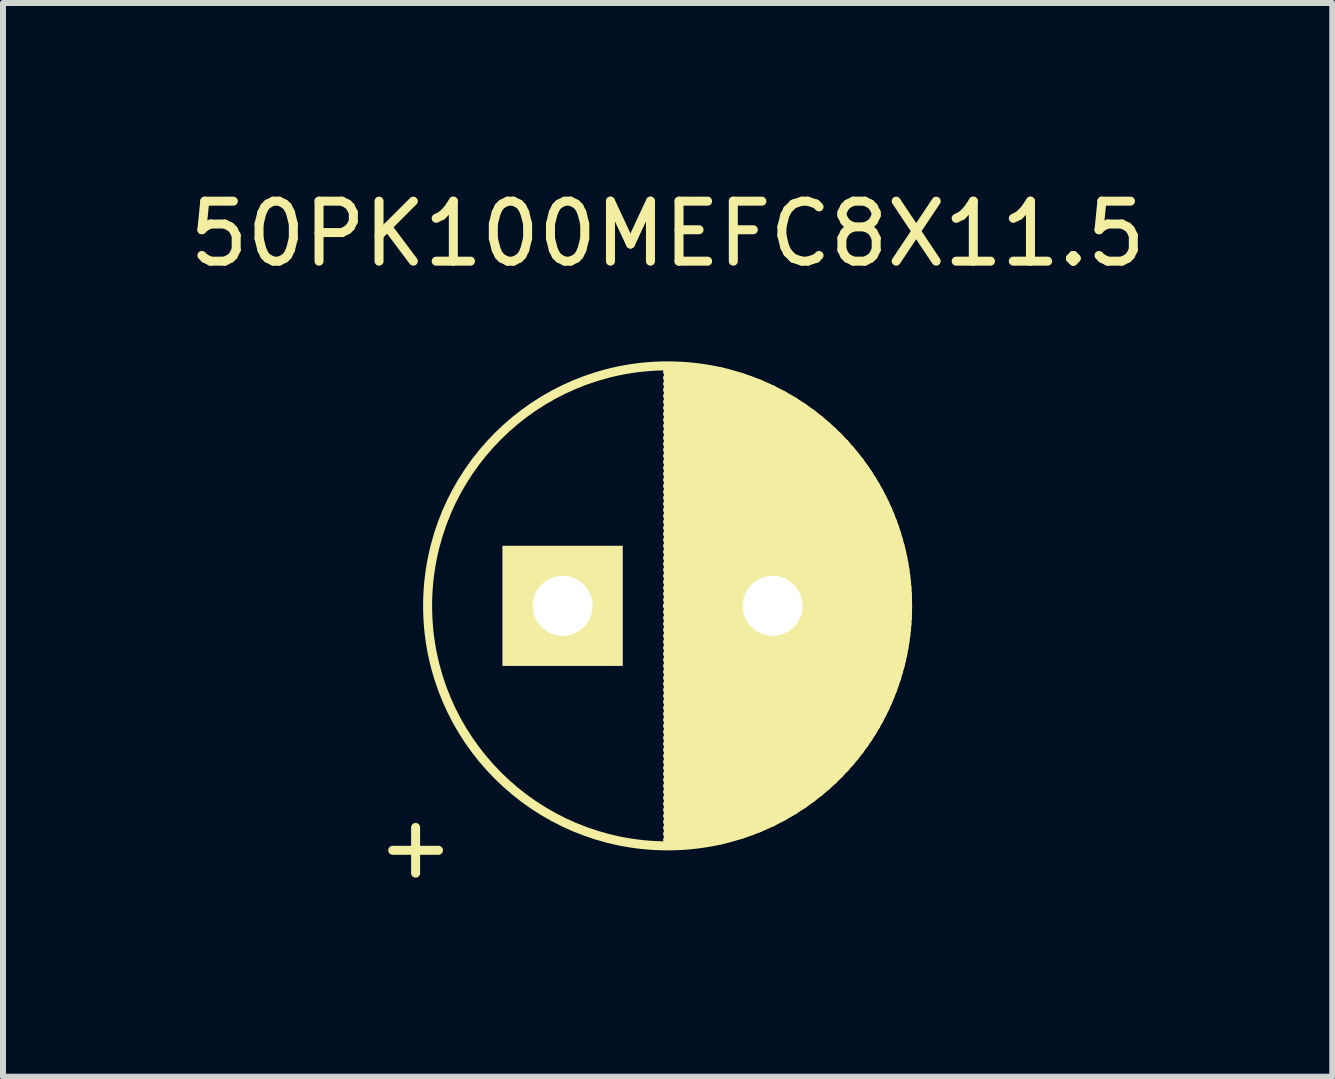
<source format=kicad_pcb>
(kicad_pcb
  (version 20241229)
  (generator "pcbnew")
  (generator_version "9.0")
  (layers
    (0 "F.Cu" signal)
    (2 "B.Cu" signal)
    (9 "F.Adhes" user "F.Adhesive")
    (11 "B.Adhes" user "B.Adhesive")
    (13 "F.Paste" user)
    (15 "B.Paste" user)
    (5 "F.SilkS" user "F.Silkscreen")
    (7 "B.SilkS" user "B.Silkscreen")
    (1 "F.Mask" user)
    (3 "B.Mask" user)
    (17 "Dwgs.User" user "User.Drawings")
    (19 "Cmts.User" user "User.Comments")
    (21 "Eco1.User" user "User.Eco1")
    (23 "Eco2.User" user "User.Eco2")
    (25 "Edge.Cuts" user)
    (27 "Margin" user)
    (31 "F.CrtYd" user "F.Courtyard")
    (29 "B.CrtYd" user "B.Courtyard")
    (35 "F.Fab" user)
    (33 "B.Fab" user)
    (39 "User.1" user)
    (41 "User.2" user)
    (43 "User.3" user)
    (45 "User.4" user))
  (footprint "50PK100MEFC8X11.5"
    (layer "F.Cu")
    (at 6.327 7.048)
    (property "Reference" "50PK100MEFC8X11.5" (at 1.75 -6.2 0) (layer "F.SilkS") (effects (font (size 1 1) (thickness 0.15))))
    (attr through_hole)
    (fp_line (start 1.75 -3.9) (end 2.639 -3.9) (stroke (width 0.15) (type solid)) (layer "F.SilkS"))
    (fp_line (start 1.75 -3.8) (end 2.999 -3.8) (stroke (width 0.15) (type solid)) (layer "F.SilkS"))
    (fp_line (start 1.75 -3.7) (end 3.27 -3.7) (stroke (width 0.15) (type solid)) (layer "F.SilkS"))
    (fp_line (start 1.75 -3.6) (end 3.494 -3.6) (stroke (width 0.15) (type solid)) (layer "F.SilkS"))
    (fp_line (start 1.75 -3.5) (end 3.686 -3.5) (stroke (width 0.15) (type solid)) (layer "F.SilkS"))
    (fp_line (start 1.75 -3.4) (end 3.857 -3.4) (stroke (width 0.15) (type solid)) (layer "F.SilkS"))
    (fp_line (start 1.75 -3.3) (end 4.011 -3.3) (stroke (width 0.15) (type solid)) (layer "F.SilkS"))
    (fp_line (start 1.75 -3.2) (end 4.15 -3.2) (stroke (width 0.15) (type solid)) (layer "F.SilkS"))
    (fp_line (start 1.75 -3.1) (end 4.278 -3.1) (stroke (width 0.15) (type solid)) (layer "F.SilkS"))
    (fp_line (start 1.75 -3) (end 4.396 -3) (stroke (width 0.15) (type solid)) (layer "F.SilkS"))
    (fp_line (start 1.75 -2.9) (end 4.505 -2.9) (stroke (width 0.15) (type solid)) (layer "F.SilkS"))
    (fp_line (start 1.75 -2.8) (end 4.607 -2.8) (stroke (width 0.15) (type solid)) (layer "F.SilkS"))
    (fp_line (start 1.75 -2.7) (end 4.701 -2.7) (stroke (width 0.15) (type solid)) (layer "F.SilkS"))
    (fp_line (start 1.75 -2.6) (end 4.79 -2.6) (stroke (width 0.15) (type solid)) (layer "F.SilkS"))
    (fp_line (start 1.75 -2.5) (end 4.872 -2.5) (stroke (width 0.15) (type solid)) (layer "F.SilkS"))
    (fp_line (start 1.75 -2.4) (end 4.95 -2.4) (stroke (width 0.15) (type solid)) (layer "F.SilkS"))
    (fp_line (start 1.75 -2.3) (end 5.023 -2.3) (stroke (width 0.15) (type solid)) (layer "F.SilkS"))
    (fp_line (start 1.75 -2.2) (end 5.091 -2.2) (stroke (width 0.15) (type solid)) (layer "F.SilkS"))
    (fp_line (start 1.75 -2.1) (end 5.154 -2.1) (stroke (width 0.15) (type solid)) (layer "F.SilkS"))
    (fp_line (start 1.75 -2) (end 5.214 -2) (stroke (width 0.15) (type solid)) (layer "F.SilkS"))
    (fp_line (start 1.75 -1.9) (end 5.27 -1.9) (stroke (width 0.15) (type solid)) (layer "F.SilkS"))
    (fp_line (start 1.75 -1.8) (end 5.322 -1.8) (stroke (width 0.15) (type solid)) (layer "F.SilkS"))
    (fp_line (start 1.75 -1.7) (end 5.371 -1.7) (stroke (width 0.15) (type solid)) (layer "F.SilkS"))
    (fp_line (start 1.75 -1.6) (end 5.416 -1.6) (stroke (width 0.15) (type solid)) (layer "F.SilkS"))
    (fp_line (start 1.75 -1.5) (end 5.458 -1.5) (stroke (width 0.15) (type solid)) (layer "F.SilkS"))
    (fp_line (start 1.75 -1.4) (end 5.497 -1.4) (stroke (width 0.15) (type solid)) (layer "F.SilkS"))
    (fp_line (start 1.75 -1.3) (end 5.533 -1.3) (stroke (width 0.15) (type solid)) (layer "F.SilkS"))
    (fp_line (start 1.75 -1.2) (end 5.566 -1.2) (stroke (width 0.15) (type solid)) (layer "F.SilkS"))
    (fp_line (start 1.75 -1.1) (end 5.596 -1.1) (stroke (width 0.15) (type solid)) (layer "F.SilkS"))
    (fp_line (start 1.75 -1) (end 5.623 -1) (stroke (width 0.15) (type solid)) (layer "F.SilkS"))
    (fp_line (start 1.75 -0.9) (end 5.647 -0.9) (stroke (width 0.15) (type solid)) (layer "F.SilkS"))
    (fp_line (start 1.75 -0.8) (end 5.669 -0.8) (stroke (width 0.15) (type solid)) (layer "F.SilkS"))
    (fp_line (start 1.75 -0.7) (end 5.688 -0.7) (stroke (width 0.15) (type solid)) (layer "F.SilkS"))
    (fp_line (start 1.75 -0.6) (end 5.705 -0.6) (stroke (width 0.15) (type solid)) (layer "F.SilkS"))
    (fp_line (start 1.75 -0.5) (end 5.719 -0.5) (stroke (width 0.15) (type solid)) (layer "F.SilkS"))
    (fp_line (start 1.75 -0.4) (end 5.73 -0.4) (stroke (width 0.15) (type solid)) (layer "F.SilkS"))
    (fp_line (start 1.75 -0.3) (end 5.739 -0.3) (stroke (width 0.15) (type solid)) (layer "F.SilkS"))
    (fp_line (start 1.75 -0.2) (end 5.745 -0.2) (stroke (width 0.15) (type solid)) (layer "F.SilkS"))
    (fp_line (start 1.75 -0.1) (end 5.749 -0.1) (stroke (width 0.15) (type solid)) (layer "F.SilkS"))
    (fp_line (start 1.75 0) (end 5.75 0) (stroke (width 0.15) (type solid)) (layer "F.SilkS"))
    (fp_line (start 1.75 0) (end 5.75 0) (stroke (width 0.15) (type solid)) (layer "F.SilkS"))
    (fp_line (start 1.75 0.1) (end 5.749 0.1) (stroke (width 0.15) (type solid)) (layer "F.SilkS"))
    (fp_line (start 1.75 0.2) (end 5.745 0.2) (stroke (width 0.15) (type solid)) (layer "F.SilkS"))
    (fp_line (start 1.75 0.3) (end 5.739 0.3) (stroke (width 0.15) (type solid)) (layer "F.SilkS"))
    (fp_line (start 1.75 0.4) (end 5.73 0.4) (stroke (width 0.15) (type solid)) (layer "F.SilkS"))
    (fp_line (start 1.75 0.5) (end 5.719 0.5) (stroke (width 0.15) (type solid)) (layer "F.SilkS"))
    (fp_line (start 1.75 0.6) (end 5.705 0.6) (stroke (width 0.15) (type solid)) (layer "F.SilkS"))
    (fp_line (start 1.75 0.7) (end 5.688 0.7) (stroke (width 0.15) (type solid)) (layer "F.SilkS"))
    (fp_line (start 1.75 0.8) (end 5.669 0.8) (stroke (width 0.15) (type solid)) (layer "F.SilkS"))
    (fp_line (start 1.75 0.9) (end 5.647 0.9) (stroke (width 0.15) (type solid)) (layer "F.SilkS"))
    (fp_line (start 1.75 1) (end 5.623 1) (stroke (width 0.15) (type solid)) (layer "F.SilkS"))
    (fp_line (start 1.75 1.1) (end 5.596 1.1) (stroke (width 0.15) (type solid)) (layer "F.SilkS"))
    (fp_line (start 1.75 1.2) (end 5.566 1.2) (stroke (width 0.15) (type solid)) (layer "F.SilkS"))
    (fp_line (start 1.75 1.3) (end 5.533 1.3) (stroke (width 0.15) (type solid)) (layer "F.SilkS"))
    (fp_line (start 1.75 1.4) (end 5.497 1.4) (stroke (width 0.15) (type solid)) (layer "F.SilkS"))
    (fp_line (start 1.75 1.5) (end 5.458 1.5) (stroke (width 0.15) (type solid)) (layer "F.SilkS"))
    (fp_line (start 1.75 1.6) (end 5.416 1.6) (stroke (width 0.15) (type solid)) (layer "F.SilkS"))
    (fp_line (start 1.75 1.7) (end 5.371 1.7) (stroke (width 0.15) (type solid)) (layer "F.SilkS"))
    (fp_line (start 1.75 1.8) (end 5.322 1.8) (stroke (width 0.15) (type solid)) (layer "F.SilkS"))
    (fp_line (start 1.75 1.9) (end 5.27 1.9) (stroke (width 0.15) (type solid)) (layer "F.SilkS"))
    (fp_line (start 1.75 2) (end 5.214 2) (stroke (width 0.15) (type solid)) (layer "F.SilkS"))
    (fp_line (start 1.75 2.1) (end 5.154 2.1) (stroke (width 0.15) (type solid)) (layer "F.SilkS"))
    (fp_line (start 1.75 2.2) (end 5.091 2.2) (stroke (width 0.15) (type solid)) (layer "F.SilkS"))
    (fp_line (start 1.75 2.3) (end 5.023 2.3) (stroke (width 0.15) (type solid)) (layer "F.SilkS"))
    (fp_line (start 1.75 2.4) (end 4.95 2.4) (stroke (width 0.15) (type solid)) (layer "F.SilkS"))
    (fp_line (start 1.75 2.5) (end 4.872 2.5) (stroke (width 0.15) (type solid)) (layer "F.SilkS"))
    (fp_line (start 1.75 2.6) (end 4.79 2.6) (stroke (width 0.15) (type solid)) (layer "F.SilkS"))
    (fp_line (start 1.75 2.7) (end 4.701 2.7) (stroke (width 0.15) (type solid)) (layer "F.SilkS"))
    (fp_line (start 1.75 2.8) (end 4.607 2.8) (stroke (width 0.15) (type solid)) (layer "F.SilkS"))
    (fp_line (start 1.75 2.9) (end 4.505 2.9) (stroke (width 0.15) (type solid)) (layer "F.SilkS"))
    (fp_line (start 1.75 3) (end 4.396 3) (stroke (width 0.15) (type solid)) (layer "F.SilkS"))
    (fp_line (start 1.75 3.1) (end 4.278 3.1) (stroke (width 0.15) (type solid)) (layer "F.SilkS"))
    (fp_line (start 1.75 3.2) (end 4.15 3.2) (stroke (width 0.15) (type solid)) (layer "F.SilkS"))
    (fp_line (start 1.75 3.3) (end 4.011 3.3) (stroke (width 0.15) (type solid)) (layer "F.SilkS"))
    (fp_line (start 1.75 3.4) (end 3.857 3.4) (stroke (width 0.15) (type solid)) (layer "F.SilkS"))
    (fp_line (start 1.75 3.5) (end 3.686 3.5) (stroke (width 0.15) (type solid)) (layer "F.SilkS"))
    (fp_line (start 1.75 3.6) (end 3.494 3.6) (stroke (width 0.15) (type solid)) (layer "F.SilkS"))
    (fp_line (start 1.75 3.7) (end 3.27 3.7) (stroke (width 0.15) (type solid)) (layer "F.SilkS"))
    (fp_line (start 1.75 3.8) (end 2.999 3.8) (stroke (width 0.15) (type solid)) (layer "F.SilkS"))
    (fp_line (start 1.75 3.9) (end 2.639 3.9) (stroke (width 0.15) (type solid)) (layer "F.SilkS"))
    (fp_circle (center 1.75 0) (end 1.75 -4) (stroke (width 0.15) (type solid)) (fill no) (layer "F.SilkS"))
    (fp_text user "+" (at -2.45 4 0) (layer "F.SilkS") (effects (font (size 1 1) (thickness 0.15))))
    (pad "1" thru_hole rect (at 0 0) (size 2 2) (drill 1) (layers "*.Cu" "*.Mask" "F.SilkS"))
    (pad "2" thru_hole circle (at 3.5 0) (size 2 2) (drill 1) (layers "*.Cu" "*.Mask" "F.SilkS")))
  (gr_rect
    (start -3 -3)
    (end 19.155 14.896)
    (stroke (width 0.1) (type default))
    (fill no)
    (layer "Edge.Cuts")))
</source>
